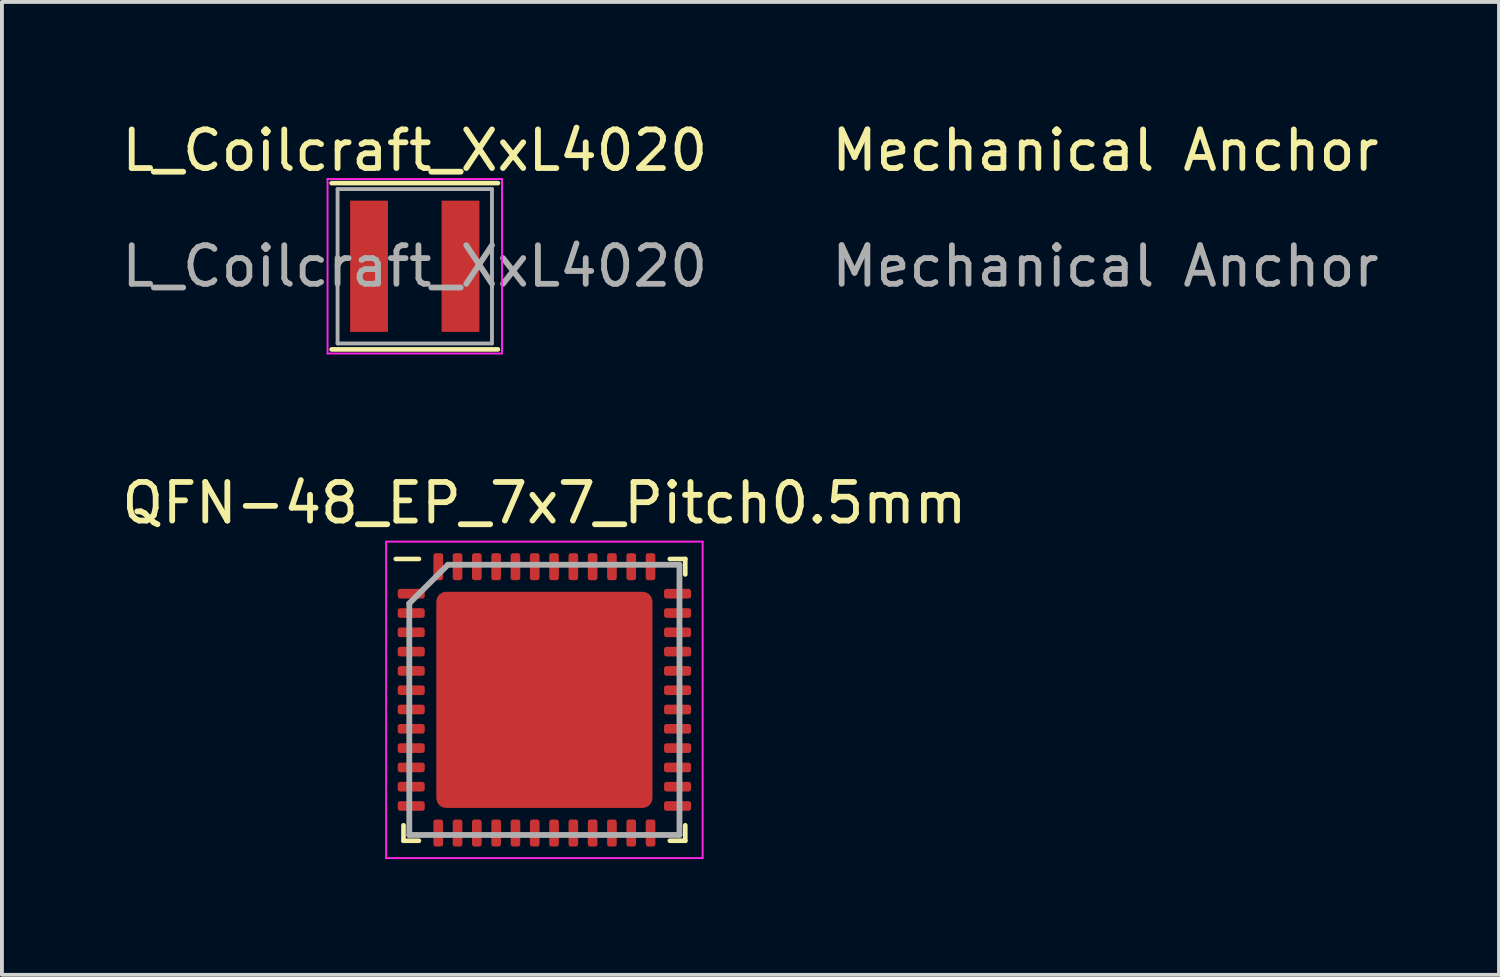
<source format=kicad_pcb>
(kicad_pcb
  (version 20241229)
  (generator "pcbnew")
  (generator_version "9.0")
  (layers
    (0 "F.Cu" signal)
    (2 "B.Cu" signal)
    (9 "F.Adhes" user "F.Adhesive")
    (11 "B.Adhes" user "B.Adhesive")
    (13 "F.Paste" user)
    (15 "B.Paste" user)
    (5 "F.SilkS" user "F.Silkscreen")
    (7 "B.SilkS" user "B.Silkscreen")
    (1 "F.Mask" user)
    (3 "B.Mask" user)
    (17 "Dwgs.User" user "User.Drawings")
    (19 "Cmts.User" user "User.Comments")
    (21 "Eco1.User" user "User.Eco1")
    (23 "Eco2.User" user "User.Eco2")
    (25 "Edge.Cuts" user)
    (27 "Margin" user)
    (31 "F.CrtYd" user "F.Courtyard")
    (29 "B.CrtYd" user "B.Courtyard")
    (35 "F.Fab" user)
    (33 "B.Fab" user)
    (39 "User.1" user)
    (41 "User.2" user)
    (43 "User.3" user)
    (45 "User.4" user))
  (footprint "QFN-48_EP_7x7_Pitch0.5mm"
    (layer "F.Cu")
    (at 11.054 15.082)
    (property "Reference" "QFN-48_EP_7x7_Pitch0.5mm" (at 0 -5.1 0) (layer "F.SilkS") (effects (font (size 1 1) (thickness 0.15))))
    (attr smd)
    (fp_line (start -3.65 3.65) (end -3.65 3.25) (stroke (width 0.12) (type solid)) (layer "F.SilkS"))
    (fp_line (start -3.25 -3.65) (end -3.85 -3.65) (stroke (width 0.12) (type solid)) (layer "F.SilkS"))
    (fp_line (start -3.25 3.65) (end -3.65 3.65) (stroke (width 0.12) (type solid)) (layer "F.SilkS"))
    (fp_line (start 3.25 -3.65) (end 3.65 -3.65) (stroke (width 0.12) (type solid)) (layer "F.SilkS"))
    (fp_line (start 3.25 3.65) (end 3.65 3.65) (stroke (width 0.12) (type solid)) (layer "F.SilkS"))
    (fp_line (start 3.65 -3.65) (end 3.65 -3.25) (stroke (width 0.12) (type solid)) (layer "F.SilkS"))
    (fp_line (start 3.65 3.65) (end 3.65 3.25) (stroke (width 0.12) (type solid)) (layer "F.SilkS"))
    (fp_rect (start -2.6 -2.6) (end -1.2 -1.2) (stroke (width 0.12) (type solid)) (fill yes) (layer "F.Paste"))
    (fp_rect (start -2.6 -0.8) (end -1.2 0.8) (stroke (width 0.12) (type solid)) (fill yes) (layer "F.Paste"))
    (fp_rect (start -2.6 1.2) (end -1.2 2.6) (stroke (width 0.12) (type solid)) (fill yes) (layer "F.Paste"))
    (fp_rect (start -0.8 -2.6) (end 0.8 -1.2) (stroke (width 0.12) (type solid)) (fill yes) (layer "F.Paste"))
    (fp_rect (start -0.8 -0.8) (end 0.8 0.8) (stroke (width 0.12) (type solid)) (fill yes) (layer "F.Paste"))
    (fp_rect (start -0.8 1.2) (end 0.8 2.6) (stroke (width 0.12) (type solid)) (fill yes) (layer "F.Paste"))
    (fp_rect (start 1.2 -2.6) (end 2.6 -1.2) (stroke (width 0.12) (type solid)) (fill yes) (layer "F.Paste"))
    (fp_rect (start 1.2 -0.8) (end 2.6 0.8) (stroke (width 0.12) (type solid)) (fill yes) (layer "F.Paste"))
    (fp_rect (start 1.2 1.2) (end 2.6 2.6) (stroke (width 0.12) (type solid)) (fill yes) (layer "F.Paste"))
    (fp_line (start -4.1 -4.1) (end 4.1 -4.1) (stroke (width 0.05) (type solid)) (layer "F.CrtYd"))
    (fp_line (start -4.1 4.1) (end -4.1 -4.1) (stroke (width 0.05) (type solid)) (layer "F.CrtYd"))
    (fp_line (start 4.1 -4.1) (end 4.1 4.1) (stroke (width 0.05) (type solid)) (layer "F.CrtYd"))
    (fp_line (start 4.1 4.1) (end -4.1 4.1) (stroke (width 0.05) (type solid)) (layer "F.CrtYd"))
    (fp_line (start -3.5 -2.5) (end -3.5 3.5) (stroke (width 0.15) (type solid)) (layer "F.Fab"))
    (fp_line (start -3.5 3.5) (end 3.5 3.5) (stroke (width 0.15) (type solid)) (layer "F.Fab"))
    (fp_line (start -2.5 -3.5) (end -3.5 -2.5) (stroke (width 0.15) (type solid)) (layer "F.Fab"))
    (fp_line (start 3.5 -3.5) (end -2.5 -3.5) (stroke (width 0.15) (type solid)) (layer "F.Fab"))
    (fp_line (start 3.5 3.5) (end 3.5 -3.5) (stroke (width 0.15) (type solid)) (layer "F.Fab"))
    (pad "1" smd roundrect (at -3.45 -2.75 90) (size 0.25 0.7) (layers "F.Cu" "F.Mask" "F.Paste") (roundrect_rratio 0.25))
    (pad "2" smd roundrect (at -3.45 -2.25 90) (size 0.25 0.7) (layers "F.Cu" "F.Mask" "F.Paste") (roundrect_rratio 0.25))
    (pad "3" smd roundrect (at -3.45 -1.75 90) (size 0.25 0.7) (layers "F.Cu" "F.Mask" "F.Paste") (roundrect_rratio 0.25))
    (pad "4" smd roundrect (at -3.45 -1.25 90) (size 0.25 0.7) (layers "F.Cu" "F.Mask" "F.Paste") (roundrect_rratio 0.25))
    (pad "5" smd roundrect (at -3.45 -0.75 90) (size 0.25 0.7) (layers "F.Cu" "F.Mask" "F.Paste") (roundrect_rratio 0.25))
    (pad "6" smd roundrect (at -3.45 -0.25 90) (size 0.25 0.7) (layers "F.Cu" "F.Mask" "F.Paste") (roundrect_rratio 0.25))
    (pad "7" smd roundrect (at -3.45 0.25 90) (size 0.25 0.7) (layers "F.Cu" "F.Mask" "F.Paste") (roundrect_rratio 0.25))
    (pad "8" smd roundrect (at -3.45 0.75 90) (size 0.25 0.7) (layers "F.Cu" "F.Mask" "F.Paste") (roundrect_rratio 0.25))
    (pad "9" smd roundrect (at -3.45 1.25 90) (size 0.25 0.7) (layers "F.Cu" "F.Mask" "F.Paste") (roundrect_rratio 0.25))
    (pad "10" smd roundrect (at -3.45 1.75 90) (size 0.25 0.7) (layers "F.Cu" "F.Mask" "F.Paste") (roundrect_rratio 0.25))
    (pad "11" smd roundrect (at -3.45 2.25 90) (size 0.25 0.7) (layers "F.Cu" "F.Mask" "F.Paste") (roundrect_rratio 0.25))
    (pad "12" smd roundrect (at -3.45 2.75 90) (size 0.25 0.7) (layers "F.Cu" "F.Mask" "F.Paste") (roundrect_rratio 0.25))
    (pad "13" smd roundrect (at -2.75 3.45) (size 0.25 0.7) (layers "F.Cu" "F.Mask" "F.Paste") (roundrect_rratio 0.25))
    (pad "14" smd roundrect (at -2.25 3.45) (size 0.25 0.7) (layers "F.Cu" "F.Mask" "F.Paste") (roundrect_rratio 0.25))
    (pad "15" smd roundrect (at -1.75 3.45) (size 0.25 0.7) (layers "F.Cu" "F.Mask" "F.Paste") (roundrect_rratio 0.25))
    (pad "16" smd roundrect (at -1.25 3.45) (size 0.25 0.7) (layers "F.Cu" "F.Mask" "F.Paste") (roundrect_rratio 0.25))
    (pad "17" smd roundrect (at -0.75 3.45) (size 0.25 0.7) (layers "F.Cu" "F.Mask" "F.Paste") (roundrect_rratio 0.25))
    (pad "18" smd roundrect (at -0.25 3.45) (size 0.25 0.7) (layers "F.Cu" "F.Mask" "F.Paste") (roundrect_rratio 0.25))
    (pad "19" smd roundrect (at 0.25 3.45) (size 0.25 0.7) (layers "F.Cu" "F.Mask" "F.Paste") (roundrect_rratio 0.25))
    (pad "20" smd roundrect (at 0.75 3.45) (size 0.25 0.7) (layers "F.Cu" "F.Mask" "F.Paste") (roundrect_rratio 0.25))
    (pad "21" smd roundrect (at 1.25 3.45) (size 0.25 0.7) (layers "F.Cu" "F.Mask" "F.Paste") (roundrect_rratio 0.25))
    (pad "22" smd roundrect (at 1.75 3.45) (size 0.25 0.7) (layers "F.Cu" "F.Mask" "F.Paste") (roundrect_rratio 0.25))
    (pad "23" smd roundrect (at 2.25 3.45) (size 0.25 0.7) (layers "F.Cu" "F.Mask" "F.Paste") (roundrect_rratio 0.25))
    (pad "24" smd roundrect (at 2.75 3.45) (size 0.25 0.7) (layers "F.Cu" "F.Mask" "F.Paste") (roundrect_rratio 0.25))
    (pad "25" smd roundrect (at 3.45 2.75 90) (size 0.25 0.7) (layers "F.Cu" "F.Mask" "F.Paste") (roundrect_rratio 0.25))
    (pad "26" smd roundrect (at 3.45 2.25 90) (size 0.25 0.7) (layers "F.Cu" "F.Mask" "F.Paste") (roundrect_rratio 0.25))
    (pad "27" smd roundrect (at 3.45 1.75 90) (size 0.25 0.7) (layers "F.Cu" "F.Mask" "F.Paste") (roundrect_rratio 0.25))
    (pad "28" smd roundrect (at 3.45 1.25 90) (size 0.25 0.7) (layers "F.Cu" "F.Mask" "F.Paste") (roundrect_rratio 0.25))
    (pad "29" smd roundrect (at 3.45 0.75 90) (size 0.25 0.7) (layers "F.Cu" "F.Mask" "F.Paste") (roundrect_rratio 0.25))
    (pad "30" smd roundrect (at 3.45 0.25 90) (size 0.25 0.7) (layers "F.Cu" "F.Mask" "F.Paste") (roundrect_rratio 0.25))
    (pad "31" smd roundrect (at 3.45 -0.25 90) (size 0.25 0.7) (layers "F.Cu" "F.Mask" "F.Paste") (roundrect_rratio 0.25))
    (pad "32" smd roundrect (at 3.45 -0.75 90) (size 0.25 0.7) (layers "F.Cu" "F.Mask" "F.Paste") (roundrect_rratio 0.25))
    (pad "33" smd roundrect (at 3.45 -1.25 90) (size 0.25 0.7) (layers "F.Cu" "F.Mask" "F.Paste") (roundrect_rratio 0.25))
    (pad "34" smd roundrect (at 3.45 -1.75 90) (size 0.25 0.7) (layers "F.Cu" "F.Mask" "F.Paste") (roundrect_rratio 0.25))
    (pad "35" smd roundrect (at 3.45 -2.25 90) (size 0.25 0.7) (layers "F.Cu" "F.Mask" "F.Paste") (roundrect_rratio 0.25))
    (pad "36" smd roundrect (at 3.45 -2.75 90) (size 0.25 0.7) (layers "F.Cu" "F.Mask" "F.Paste") (roundrect_rratio 0.25))
    (pad "37" smd roundrect (at 2.75 -3.45) (size 0.25 0.7) (layers "F.Cu" "F.Mask" "F.Paste") (roundrect_rratio 0.25))
    (pad "38" smd roundrect (at 2.25 -3.45) (size 0.25 0.7) (layers "F.Cu" "F.Mask" "F.Paste") (roundrect_rratio 0.25))
    (pad "39" smd roundrect (at 1.75 -3.45) (size 0.25 0.7) (layers "F.Cu" "F.Mask" "F.Paste") (roundrect_rratio 0.25))
    (pad "40" smd roundrect (at 1.25 -3.45) (size 0.25 0.7) (layers "F.Cu" "F.Mask" "F.Paste") (roundrect_rratio 0.25))
    (pad "41" smd roundrect (at 0.75 -3.45) (size 0.25 0.7) (layers "F.Cu" "F.Mask" "F.Paste") (roundrect_rratio 0.25))
    (pad "42" smd roundrect (at 0.25 -3.45) (size 0.25 0.7) (layers "F.Cu" "F.Mask" "F.Paste") (roundrect_rratio 0.25))
    (pad "43" smd roundrect (at -0.25 -3.45) (size 0.25 0.7) (layers "F.Cu" "F.Mask" "F.Paste") (roundrect_rratio 0.25))
    (pad "44" smd roundrect (at -0.75 -3.45) (size 0.25 0.7) (layers "F.Cu" "F.Mask" "F.Paste") (roundrect_rratio 0.25))
    (pad "45" smd roundrect (at -1.25 -3.45) (size 0.25 0.7) (layers "F.Cu" "F.Mask" "F.Paste") (roundrect_rratio 0.25))
    (pad "46" smd roundrect (at -1.75 -3.45) (size 0.25 0.7) (layers "F.Cu" "F.Mask" "F.Paste") (roundrect_rratio 0.25))
    (pad "47" smd roundrect (at -2.25 -3.45) (size 0.25 0.7) (layers "F.Cu" "F.Mask" "F.Paste") (roundrect_rratio 0.25))
    (pad "48" smd roundrect (at -2.75 -3.45) (size 0.25 0.7) (layers "F.Cu" "F.Mask" "F.Paste") (roundrect_rratio 0.25))
    (pad "49" smd roundrect (at 0 0) (size 5.6 5.6) (layers "F.Cu" "F.Mask") (roundrect_rratio 0.045)))
  (footprint "L_Coilcraft_XxL4020"
    (layer "F.Cu")
    (at 7.696 3.848)
    (property "Reference" "L_Coilcraft_XxL4020" (at 0 -3 0) (layer "F.SilkS") (effects (font (size 1 1) (thickness 0.15))))
    (attr smd)
    (fp_line (start -2.154 -2.154) (end 2.154 -2.154) (stroke (width 0.12) (type solid)) (layer "F.SilkS"))
    (fp_line (start 2.154 2.154) (end -2.154 2.154) (stroke (width 0.12) (type solid)) (layer "F.SilkS"))
    (fp_line (start -2.26 -2.26) (end 2.26 -2.26) (stroke (width 0.05) (type solid)) (layer "F.CrtYd"))
    (fp_line (start -2.26 2.26) (end -2.26 -2.26) (stroke (width 0.05) (type solid)) (layer "F.CrtYd"))
    (fp_line (start 2.26 -2.26) (end 2.26 2.26) (stroke (width 0.05) (type solid)) (layer "F.CrtYd"))
    (fp_line (start 2.26 2.26) (end -2.26 2.26) (stroke (width 0.05) (type solid)) (layer "F.CrtYd"))
    (fp_line (start -2 -2) (end 2 -2) (stroke (width 0.1) (type solid)) (layer "F.Fab"))
    (fp_line (start -2 2) (end -2 -2) (stroke (width 0.1) (type solid)) (layer "F.Fab"))
    (fp_line (start 2 -2) (end 2 2) (stroke (width 0.1) (type solid)) (layer "F.Fab"))
    (fp_line (start 2 2) (end -2 2) (stroke (width 0.1) (type solid)) (layer "F.Fab"))
    (fp_text user "${REFERENCE}" (at 0 0 0) (layer "F.Fab") (effects (font (size 1 1) (thickness 0.15))))
    (pad "1" smd rect (at -1.185 0) (size 0.98 3.4) (layers "F.Cu" "F.Mask" "F.Paste"))
    (pad "2" smd rect (at 1.185 0) (size 0.98 3.4) (layers "F.Cu" "F.Mask" "F.Paste")))
  (footprint "Mechanical Anchor"
    (layer "F.Cu")
    (at 25.589 1.348)
    (property "Reference" "Mechanical Anchor" (at 0 -0.5 0) (unlocked yes) (layer "F.SilkS") (effects (font (size 1 1) (thickness 0.15))))
    (attr board_only exclude_from_pos_files exclude_from_bom allow_missing_courtyard dnp)
    (fp_text user "${REFERENCE}" (at 0 2.5 0) (unlocked yes) (layer "F.Fab") (effects (font (size 1 1) (thickness 0.15)))))
  (gr_rect
    (start -3 -3)
    (end 35.786 22.206)
    (stroke (width 0.1) (type default))
    (fill no)
    (layer "Edge.Cuts")))
</source>
